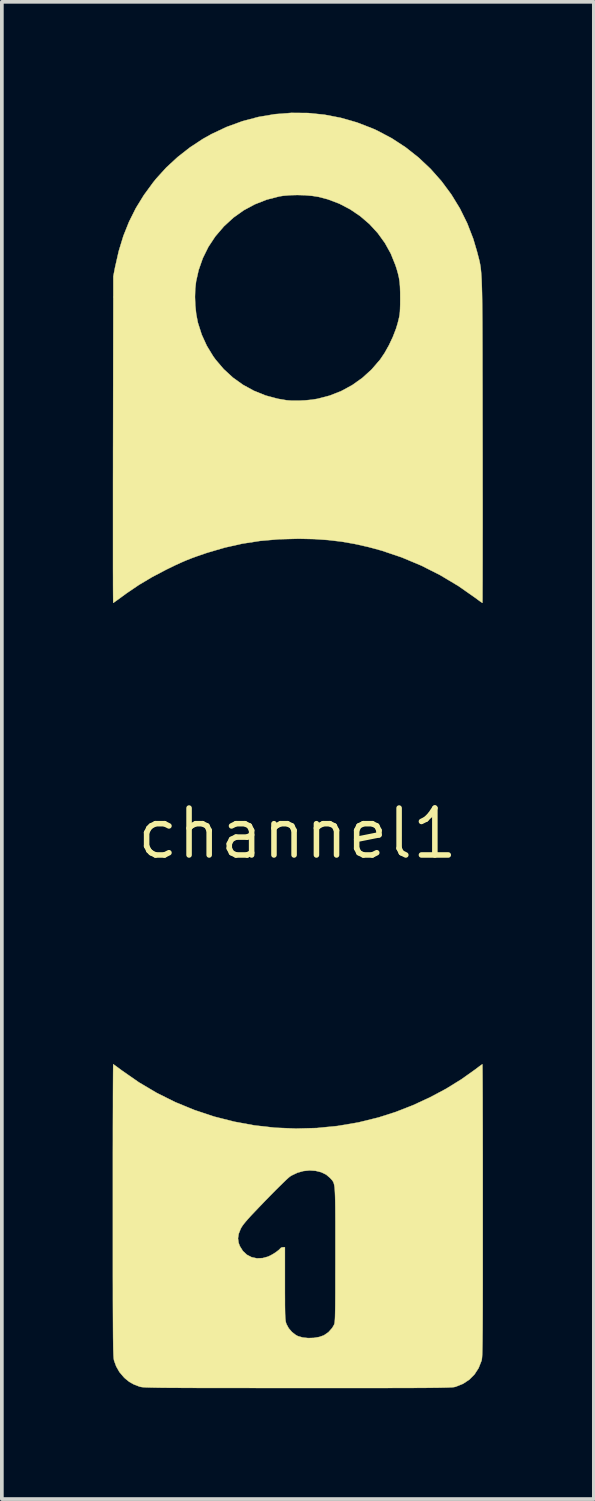
<source format=kicad_pcb>
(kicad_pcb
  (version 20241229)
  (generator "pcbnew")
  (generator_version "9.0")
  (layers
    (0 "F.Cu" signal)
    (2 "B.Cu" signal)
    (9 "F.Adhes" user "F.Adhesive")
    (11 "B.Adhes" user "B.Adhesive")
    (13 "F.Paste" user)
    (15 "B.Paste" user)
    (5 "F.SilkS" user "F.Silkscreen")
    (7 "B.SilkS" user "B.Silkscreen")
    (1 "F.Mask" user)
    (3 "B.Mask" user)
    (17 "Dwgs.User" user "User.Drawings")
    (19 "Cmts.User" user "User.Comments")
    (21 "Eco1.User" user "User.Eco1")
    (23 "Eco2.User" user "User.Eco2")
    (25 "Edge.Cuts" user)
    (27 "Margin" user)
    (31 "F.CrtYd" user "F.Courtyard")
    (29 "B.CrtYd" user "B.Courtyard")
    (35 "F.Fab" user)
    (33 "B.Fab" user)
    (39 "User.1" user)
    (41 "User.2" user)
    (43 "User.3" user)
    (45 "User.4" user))
  (footprint "channel1"
    (layer "F.Cu")
    (at 5 19.51)
    (property "Reference" "channel1" (at 0 0 0) (layer "F.SilkS") (effects (font (size 1.27 1.27) (thickness 0.15))))
    (attr through_hole)
    (fp_poly (pts (xy 0.284 -19.501) (xy 0.731 -19.456) (xy 1.173 -19.371) (xy 1.61 -19.246) (xy 2.037 -19.081) (xy 2.154 -19.028) (xy 2.552 -18.818) (xy 2.927 -18.573) (xy 3.278 -18.296) (xy 3.603 -17.99) (xy 3.899 -17.656) (xy 4.165 -17.297) (xy 4.398 -16.916) (xy 4.596 -16.515) (xy 4.758 -16.097) (xy 4.858 -15.759) (xy 4.875 -15.695) (xy 4.89 -15.637) (xy 4.904 -15.584) (xy 4.917 -15.534) (xy 4.929 -15.484) (xy 4.939 -15.433) (xy 4.949 -15.38) (xy 4.958 -15.321) (xy 4.965 -15.256) (xy 4.972 -15.182) (xy 4.978 -15.099) (xy 4.984 -15.003) (xy 4.988 -14.893) (xy 4.992 -14.767) (xy 4.996 -14.624) (xy 4.999 -14.461) (xy 5.001 -14.277) (xy 5.003 -14.069) (xy 5.005 -13.837) (xy 5.006 -13.578) (xy 5.007 -13.29) (xy 5.008 -12.971) (xy 5.008 -12.62) (xy 5.009 -12.235) (xy 5.01 -11.814) (xy 5.01 -11.355) (xy 5.011 -10.857) (xy 5.011 -10.642) (xy 5.012 -10.213) (xy 5.012 -9.796) (xy 5.012 -9.393) (xy 5.013 -9.005) (xy 5.013 -8.634) (xy 5.013 -8.282) (xy 5.012 -7.952) (xy 5.012 -7.644) (xy 5.012 -7.362) (xy 5.011 -7.107) (xy 5.011 -6.881) (xy 5.01 -6.686) (xy 5.009 -6.524) (xy 5.009 -6.397) (xy 5.008 -6.307) (xy 5.007 -6.256) (xy 5.006 -6.244) (xy 4.985 -6.256) (xy 4.939 -6.288) (xy 4.874 -6.335) (xy 4.831 -6.368) (xy 4.361 -6.697) (xy 3.868 -6.992) (xy 3.355 -7.252) (xy 2.826 -7.474) (xy 2.284 -7.657) (xy 1.916 -7.757) (xy 1.546 -7.84) (xy 1.189 -7.902) (xy 0.831 -7.944) (xy 0.46 -7.97) (xy 0.063 -7.979) (xy 0.011 -7.979) (xy -0.511 -7.965) (xy -1.009 -7.921) (xy -1.493 -7.846) (xy -1.969 -7.739) (xy -2.446 -7.599) (xy -2.529 -7.571) (xy -2.712 -7.508) (xy -2.871 -7.45) (xy -3.017 -7.392) (xy -3.162 -7.329) (xy -3.317 -7.258) (xy -3.495 -7.171) (xy -3.556 -7.141) (xy -3.936 -6.941) (xy -4.287 -6.732) (xy -4.622 -6.505) (xy -4.726 -6.429) (xy -4.814 -6.364) (xy -4.891 -6.309) (xy -4.948 -6.268) (xy -4.981 -6.246) (xy -4.985 -6.244) (xy -4.986 -6.265) (xy -4.987 -6.326) (xy -4.988 -6.426) (xy -4.989 -6.562) (xy -4.99 -6.732) (xy -4.99 -6.936) (xy -4.991 -7.169) (xy -4.991 -7.431) (xy -4.991 -7.72) (xy -4.991 -8.034) (xy -4.991 -8.37) (xy -4.991 -8.727) (xy -4.991 -9.103) (xy -4.991 -9.496) (xy -4.99 -9.903) (xy -4.99 -10.324) (xy -4.989 -10.663) (xy -4.983 -14.522) (xy -2.773 -14.522) (xy -2.764 -14.29) (xy -2.74 -14.064) (xy -2.701 -13.858) (xy -2.693 -13.822) (xy -2.59 -13.501) (xy -2.454 -13.203) (xy -2.282 -12.92) (xy -2.214 -12.826) (xy -1.994 -12.568) (xy -1.746 -12.34) (xy -1.473 -12.145) (xy -1.177 -11.983) (xy -0.862 -11.856) (xy -0.529 -11.767) (xy -0.293 -11.727) (xy -0.144 -11.716) (xy 0.03 -11.716) (xy 0.215 -11.725) (xy 0.397 -11.743) (xy 0.545 -11.767) (xy 0.874 -11.853) (xy 1.188 -11.977) (xy 1.484 -12.138) (xy 1.759 -12.334) (xy 2.01 -12.563) (xy 2.233 -12.822) (xy 2.236 -12.825) (xy 2.359 -13.007) (xy 2.477 -13.217) (xy 2.582 -13.44) (xy 2.668 -13.662) (xy 2.713 -13.811) (xy 2.736 -13.902) (xy 2.754 -13.977) (xy 2.766 -14.047) (xy 2.774 -14.12) (xy 2.778 -14.206) (xy 2.781 -14.315) (xy 2.782 -14.455) (xy 2.782 -14.478) (xy 2.781 -14.656) (xy 2.776 -14.803) (xy 2.766 -14.928) (xy 2.748 -15.043) (xy 2.721 -15.159) (xy 2.685 -15.286) (xy 2.651 -15.388) (xy 2.527 -15.696) (xy 2.367 -15.984) (xy 2.174 -16.251) (xy 1.951 -16.494) (xy 1.701 -16.709) (xy 1.427 -16.895) (xy 1.132 -17.049) (xy 0.819 -17.167) (xy 0.572 -17.232) (xy 0.401 -17.259) (xy 0.206 -17.276) (xy -0.000155 -17.282) (xy -0.202 -17.277) (xy -0.387 -17.261) (xy -0.493 -17.244) (xy -0.834 -17.156) (xy -1.154 -17.03) (xy -1.453 -16.869) (xy -1.731 -16.671) (xy -1.987 -16.436) (xy -1.997 -16.425) (xy -2.223 -16.161) (xy -2.411 -15.877) (xy -2.561 -15.573) (xy -2.674 -15.251) (xy -2.743 -14.944) (xy -2.766 -14.745) (xy -2.773 -14.522) (xy -4.983 -14.522) (xy -4.983 -15.081) (xy -4.936 -15.325) (xy -4.836 -15.764) (xy -4.711 -16.174) (xy -4.557 -16.559) (xy -4.374 -16.925) (xy -4.157 -17.278) (xy -3.904 -17.624) (xy -3.813 -17.736) (xy -3.544 -18.031) (xy -3.241 -18.31) (xy -2.912 -18.568) (xy -2.563 -18.798) (xy -2.328 -18.93) (xy -1.914 -19.125) (xy -1.488 -19.28) (xy -1.053 -19.395) (xy -0.61 -19.47) (xy -0.164 -19.505) (xy 0.284 -19.501)) (stroke (width 0.01) (type solid)) (fill yes) (layer "F.SilkS"))
    (fp_poly (pts (xy 5.007 6.265) (xy 5.008 6.326) (xy 5.009 6.425) (xy 5.01 6.561) (xy 5.011 6.73) (xy 5.012 6.932) (xy 5.013 7.163) (xy 5.013 7.422) (xy 5.014 7.707) (xy 5.015 8.015) (xy 5.015 8.345) (xy 5.016 8.695) (xy 5.016 9.062) (xy 5.016 9.445) (xy 5.016 9.84) (xy 5.016 10.198) (xy 5.016 10.682) (xy 5.016 11.126) (xy 5.016 11.531) (xy 5.016 11.898) (xy 5.016 12.231) (xy 5.015 12.531) (xy 5.015 12.799) (xy 5.014 13.037) (xy 5.013 13.248) (xy 5.012 13.432) (xy 5.01 13.593) (xy 5.009 13.731) (xy 5.007 13.848) (xy 5.005 13.947) (xy 5.003 14.028) (xy 5.001 14.095) (xy 4.998 14.148) (xy 4.995 14.19) (xy 4.991 14.222) (xy 4.988 14.246) (xy 4.983 14.264) (xy 4.982 14.268) (xy 4.903 14.467) (xy 4.792 14.638) (xy 4.651 14.78) (xy 4.481 14.892) (xy 4.284 14.971) (xy 4.277 14.973) (xy 4.26 14.977) (xy 4.238 14.981) (xy 4.208 14.985) (xy 4.169 14.988) (xy 4.118 14.99) (xy 4.055 14.993) (xy 3.977 14.995) (xy 3.882 14.997) (xy 3.769 14.999) (xy 3.637 15) (xy 3.483 15.002) (xy 3.305 15.003) (xy 3.102 15.004) (xy 2.872 15.004) (xy 2.613 15.005) (xy 2.324 15.006) (xy 2.003 15.006) (xy 1.647 15.006) (xy 1.256 15.006) (xy 0.827 15.006) (xy 0.359 15.006) (xy 0.001 15.006) (xy -0.493 15.006) (xy -0.947 15.006) (xy -1.362 15.005) (xy -1.74 15.005) (xy -2.083 15.005) (xy -2.393 15.004) (xy -2.671 15.004) (xy -2.919 15.003) (xy -3.139 15.002) (xy -3.333 15.001) (xy -3.503 15) (xy -3.649 14.999) (xy -3.775 14.997) (xy -3.882 14.995) (xy -3.971 14.993) (xy -4.045 14.991) (xy -4.105 14.989) (xy -4.154 14.986) (xy -4.192 14.983) (xy -4.221 14.979) (xy -4.244 14.975) (xy -4.262 14.971) (xy -4.276 14.967) (xy -4.427 14.909) (xy -4.553 14.838) (xy -4.668 14.745) (xy -4.701 14.712) (xy -4.818 14.574) (xy -4.905 14.421) (xy -4.961 14.268) (xy -4.965 14.251) (xy -4.969 14.228) (xy -4.973 14.198) (xy -4.976 14.159) (xy -4.979 14.109) (xy -4.981 14.046) (xy -4.984 13.968) (xy -4.986 13.874) (xy -4.987 13.761) (xy -4.989 13.628) (xy -4.99 13.474) (xy -4.991 13.295) (xy -4.992 13.091) (xy -4.993 12.86) (xy -4.994 12.599) (xy -4.994 12.308) (xy -4.995 11.983) (xy -4.995 11.624) (xy -4.995 11.228) (xy -4.995 10.957) (xy -1.609 10.957) (xy -1.592 11.077) (xy -1.559 11.166) (xy -1.476 11.299) (xy -1.368 11.4) (xy -1.24 11.466) (xy -1.097 11.497) (xy -0.941 11.49) (xy -0.798 11.451) (xy -0.725 11.417) (xy -0.643 11.37) (xy -0.563 11.316) (xy -0.497 11.264) (xy -0.457 11.222) (xy -0.456 11.219) (xy -0.426 11.202) (xy -0.39 11.197) (xy -0.339 11.197) (xy -0.339 12.181) (xy -0.339 12.411) (xy -0.338 12.603) (xy -0.338 12.761) (xy -0.336 12.889) (xy -0.334 12.99) (xy -0.331 13.069) (xy -0.327 13.13) (xy -0.322 13.177) (xy -0.316 13.214) (xy -0.308 13.245) (xy -0.298 13.273) (xy -0.296 13.279) (xy -0.237 13.388) (xy -0.149 13.49) (xy -0.046 13.571) (xy 0.015 13.603) (xy 0.142 13.639) (xy 0.29 13.655) (xy 0.444 13.65) (xy 0.59 13.625) (xy 0.713 13.582) (xy 0.715 13.581) (xy 0.839 13.496) (xy 0.94 13.382) (xy 0.99 13.297) (xy 0.996 13.281) (xy 1.002 13.261) (xy 1.007 13.233) (xy 1.011 13.195) (xy 1.015 13.145) (xy 1.018 13.079) (xy 1.02 12.995) (xy 1.022 12.89) (xy 1.024 12.762) (xy 1.025 12.608) (xy 1.026 12.424) (xy 1.026 12.208) (xy 1.026 11.958) (xy 1.027 11.671) (xy 1.027 11.388) (xy 1.027 11.061) (xy 1.027 10.774) (xy 1.027 10.523) (xy 1.026 10.307) (xy 1.025 10.122) (xy 1.023 9.965) (xy 1.02 9.834) (xy 1.016 9.727) (xy 1.011 9.639) (xy 1.005 9.569) (xy 0.996 9.514) (xy 0.986 9.471) (xy 0.973 9.437) (xy 0.959 9.41) (xy 0.942 9.386) (xy 0.922 9.363) (xy 0.899 9.339) (xy 0.886 9.323) (xy 0.778 9.231) (xy 0.644 9.166) (xy 0.492 9.128) (xy 0.328 9.117) (xy 0.161 9.134) (xy -0.003 9.18) (xy -0.157 9.254) (xy -0.2 9.281) (xy -0.238 9.312) (xy -0.302 9.37) (xy -0.386 9.451) (xy -0.489 9.552) (xy -0.605 9.667) (xy -0.73 9.794) (xy -0.862 9.929) (xy -0.884 9.952) (xy -1.035 10.109) (xy -1.16 10.24) (xy -1.261 10.347) (xy -1.341 10.435) (xy -1.403 10.507) (xy -1.451 10.566) (xy -1.488 10.616) (xy -1.516 10.66) (xy -1.536 10.697) (xy -1.59 10.833) (xy -1.609 10.957) (xy -4.995 10.957) (xy -4.995 10.795) (xy -4.995 10.321) (xy -4.995 10.198) (xy -4.995 9.793) (xy -4.995 9.398) (xy -4.995 9.018) (xy -4.995 8.652) (xy -4.994 8.305) (xy -4.994 7.977) (xy -4.993 7.672) (xy -4.992 7.39) (xy -4.992 7.134) (xy -4.991 6.906) (xy -4.99 6.708) (xy -4.989 6.543) (xy -4.988 6.412) (xy -4.987 6.317) (xy -4.986 6.26) (xy -4.985 6.244) (xy -4.966 6.256) (xy -4.919 6.289) (xy -4.852 6.338) (xy -4.77 6.399) (xy -4.753 6.412) (xy -4.29 6.734) (xy -3.807 7.02) (xy -3.305 7.27) (xy -2.787 7.483) (xy -2.255 7.66) (xy -1.712 7.798) (xy -1.161 7.899) (xy -0.602 7.962) (xy -0.04 7.985) (xy 0.524 7.97) (xy 1.087 7.914) (xy 1.647 7.819) (xy 2.195 7.684) (xy 2.661 7.535) (xy 3.126 7.353) (xy 3.583 7.142) (xy 4.024 6.907) (xy 4.44 6.65) (xy 4.825 6.376) (xy 4.863 6.347) (xy 4.926 6.299) (xy 4.976 6.263) (xy 5.003 6.245) (xy 5.005 6.244) (xy 5.007 6.265)) (stroke (width 0.01) (type solid)) (fill yes) (layer "F.SilkS")))
  (gr_rect
    (start -3 -3)
    (end 13.022 37.522)
    (stroke (width 0.1) (type default))
    (fill no)
    (layer "Edge.Cuts")))
</source>
